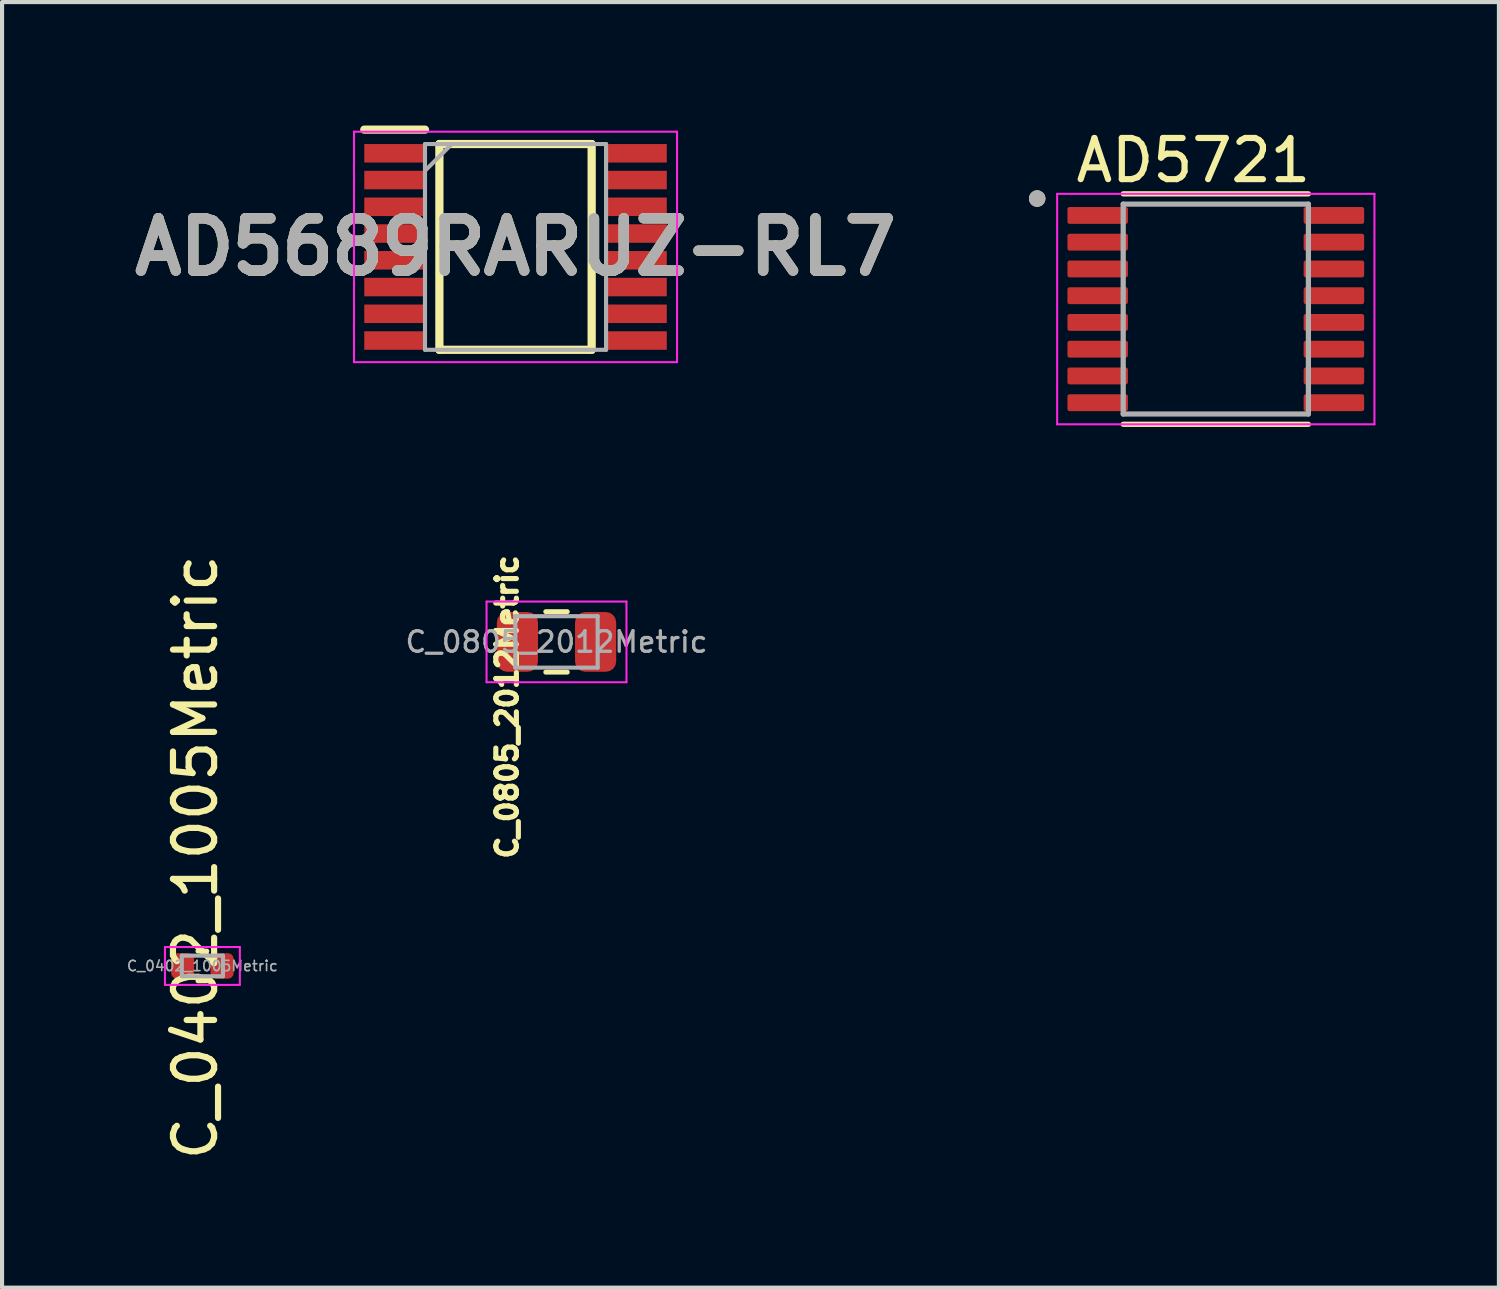
<source format=kicad_pcb>
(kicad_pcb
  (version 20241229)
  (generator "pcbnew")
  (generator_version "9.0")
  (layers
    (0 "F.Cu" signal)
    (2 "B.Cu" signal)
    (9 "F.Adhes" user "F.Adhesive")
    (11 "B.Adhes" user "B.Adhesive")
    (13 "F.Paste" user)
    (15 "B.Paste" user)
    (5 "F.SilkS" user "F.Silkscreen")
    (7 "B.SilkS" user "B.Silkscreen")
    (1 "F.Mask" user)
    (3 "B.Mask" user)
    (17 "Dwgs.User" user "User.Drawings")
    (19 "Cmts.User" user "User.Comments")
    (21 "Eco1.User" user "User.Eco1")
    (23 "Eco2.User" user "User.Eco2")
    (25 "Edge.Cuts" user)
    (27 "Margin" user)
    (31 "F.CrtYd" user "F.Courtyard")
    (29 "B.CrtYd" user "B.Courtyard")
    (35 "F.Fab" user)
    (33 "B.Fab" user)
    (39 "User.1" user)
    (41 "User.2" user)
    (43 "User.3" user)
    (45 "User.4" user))
  (footprint "AD5721"
    (layer "F.Cu")
    (at 26.493 4.46)
    (property "Reference" "AD5721" (at -0.545 -3.612 0) (layer "F.SilkS") (effects (font (size 1 1) (thickness 0.15))))
    (attr smd)
    (fp_line (start -2.25 -2.8) (end 2.25 -2.8) (stroke (width 0.127) (type solid)) (layer "F.SilkS"))
    (fp_line (start -2.25 2.8) (end 2.25 2.8) (stroke (width 0.127) (type solid)) (layer "F.SilkS"))
    (fp_circle (center -4.34 -2.685) (end -4.24 -2.685) (stroke (width 0.2) (type solid)) (fill no) (layer "F.SilkS"))
    (fp_line (start -3.855 -2.8) (end -3.855 2.8) (stroke (width 0.05) (type solid)) (layer "F.CrtYd"))
    (fp_line (start -3.855 -2.8) (end 3.855 -2.8) (stroke (width 0.05) (type solid)) (layer "F.CrtYd"))
    (fp_line (start -3.855 2.8) (end 3.855 2.8) (stroke (width 0.05) (type solid)) (layer "F.CrtYd"))
    (fp_line (start 3.855 -2.8) (end 3.855 2.8) (stroke (width 0.05) (type solid)) (layer "F.CrtYd"))
    (fp_line (start -2.25 -2.55) (end -2.25 2.55) (stroke (width 0.127) (type solid)) (layer "F.Fab"))
    (fp_line (start -2.25 -2.55) (end 2.25 -2.55) (stroke (width 0.127) (type solid)) (layer "F.Fab"))
    (fp_line (start -2.25 2.55) (end 2.25 2.55) (stroke (width 0.127) (type solid)) (layer "F.Fab"))
    (fp_line (start 2.25 -2.55) (end 2.25 2.55) (stroke (width 0.127) (type solid)) (layer "F.Fab"))
    (fp_circle (center -4.34 -2.685) (end -4.24 -2.685) (stroke (width 0.2) (type solid)) (fill no) (layer "F.Fab"))
    (pad "1" smd roundrect (at -2.87 -2.275) (size 1.47 0.41) (layers "F.Cu" "F.Mask" "F.Paste") (roundrect_rratio 0.125))
    (pad "2" smd roundrect (at -2.87 -1.625) (size 1.47 0.41) (layers "F.Cu" "F.Mask" "F.Paste") (roundrect_rratio 0.125))
    (pad "3" smd roundrect (at -2.87 -0.975) (size 1.47 0.41) (layers "F.Cu" "F.Mask" "F.Paste") (roundrect_rratio 0.125))
    (pad "4" smd roundrect (at -2.87 -0.325) (size 1.47 0.41) (layers "F.Cu" "F.Mask" "F.Paste") (roundrect_rratio 0.125))
    (pad "5" smd roundrect (at -2.87 0.325) (size 1.47 0.41) (layers "F.Cu" "F.Mask" "F.Paste") (roundrect_rratio 0.125))
    (pad "6" smd roundrect (at -2.87 0.975) (size 1.47 0.41) (layers "F.Cu" "F.Mask" "F.Paste") (roundrect_rratio 0.125))
    (pad "7" smd roundrect (at -2.87 1.625) (size 1.47 0.41) (layers "F.Cu" "F.Mask" "F.Paste") (roundrect_rratio 0.125))
    (pad "8" smd roundrect (at -2.87 2.275) (size 1.47 0.41) (layers "F.Cu" "F.Mask" "F.Paste") (roundrect_rratio 0.125))
    (pad "9" smd roundrect (at 2.87 2.275) (size 1.47 0.41) (layers "F.Cu" "F.Mask" "F.Paste") (roundrect_rratio 0.125))
    (pad "10" smd roundrect (at 2.87 1.625) (size 1.47 0.41) (layers "F.Cu" "F.Mask" "F.Paste") (roundrect_rratio 0.125))
    (pad "11" smd roundrect (at 2.87 0.975) (size 1.47 0.41) (layers "F.Cu" "F.Mask" "F.Paste") (roundrect_rratio 0.125))
    (pad "12" smd roundrect (at 2.87 0.325) (size 1.47 0.41) (layers "F.Cu" "F.Mask" "F.Paste") (roundrect_rratio 0.125))
    (pad "13" smd roundrect (at 2.87 -0.325) (size 1.47 0.41) (layers "F.Cu" "F.Mask" "F.Paste") (roundrect_rratio 0.125))
    (pad "14" smd roundrect (at 2.87 -0.975) (size 1.47 0.41) (layers "F.Cu" "F.Mask" "F.Paste") (roundrect_rratio 0.125))
    (pad "15" smd roundrect (at 2.87 -1.625) (size 1.47 0.41) (layers "F.Cu" "F.Mask" "F.Paste") (roundrect_rratio 0.125))
    (pad "16" smd roundrect (at 2.87 -2.275) (size 1.47 0.41) (layers "F.Cu" "F.Mask" "F.Paste") (roundrect_rratio 0.125)))
  (footprint "C_0805_2012Metric"
    (layer "F.Cu")
    (at 10.473 12.548)
    (property "Reference" "C_0805_2012Metric" (at -1.2 1.58 90) (layer "F.SilkS") (effects (font (size 0.5 0.5) (thickness 0.125))))
    (attr smd)
    (fp_line (start -0.261 -0.735) (end 0.261 -0.735) (stroke (width 0.12) (type solid)) (layer "F.SilkS"))
    (fp_line (start -0.261 0.735) (end 0.261 0.735) (stroke (width 0.12) (type solid)) (layer "F.SilkS"))
    (fp_line (start -1.7 -0.98) (end 1.7 -0.98) (stroke (width 0.05) (type solid)) (layer "F.CrtYd"))
    (fp_line (start -1.7 0.98) (end -1.7 -0.98) (stroke (width 0.05) (type solid)) (layer "F.CrtYd"))
    (fp_line (start 1.7 -0.98) (end 1.7 0.98) (stroke (width 0.05) (type solid)) (layer "F.CrtYd"))
    (fp_line (start 1.7 0.98) (end -1.7 0.98) (stroke (width 0.05) (type solid)) (layer "F.CrtYd"))
    (fp_line (start -1 -0.625) (end 1 -0.625) (stroke (width 0.1) (type solid)) (layer "F.Fab"))
    (fp_line (start -1 0.625) (end -1 -0.625) (stroke (width 0.1) (type solid)) (layer "F.Fab"))
    (fp_line (start 1 -0.625) (end 1 0.625) (stroke (width 0.1) (type solid)) (layer "F.Fab"))
    (fp_line (start 1 0.625) (end -1 0.625) (stroke (width 0.1) (type solid)) (layer "F.Fab"))
    (fp_text user "${REFERENCE}" (at 0 0 0) (layer "F.Fab") (effects (font (size 0.5 0.5) (thickness 0.08))))
    (pad "1" smd roundrect (at -0.95 0) (size 1 1.45) (layers "F.Cu" "F.Mask" "F.Paste") (roundrect_rratio 0.25))
    (pad "2" smd roundrect (at 0.95 0) (size 1 1.45) (layers "F.Cu" "F.Mask" "F.Paste") (roundrect_rratio 0.25)))
  (footprint "C_0402_1005Metric"
    (layer "F.Cu")
    (at 1.868 20.422)
    (property "Reference" "C_0402_1005Metric" (at -0.17 -2.64 90) (layer "F.SilkS") (effects (font (size 1 1) (thickness 0.15))))
    (attr smd)
    (fp_line (start -0.108 -0.36) (end 0.108 -0.36) (stroke (width 0.12) (type solid)) (layer "F.SilkS"))
    (fp_line (start -0.108 0.36) (end 0.108 0.36) (stroke (width 0.12) (type solid)) (layer "F.SilkS"))
    (fp_line (start -0.91 -0.46) (end 0.91 -0.46) (stroke (width 0.05) (type solid)) (layer "F.CrtYd"))
    (fp_line (start -0.91 0.46) (end -0.91 -0.46) (stroke (width 0.05) (type solid)) (layer "F.CrtYd"))
    (fp_line (start 0.91 -0.46) (end 0.91 0.46) (stroke (width 0.05) (type solid)) (layer "F.CrtYd"))
    (fp_line (start 0.91 0.46) (end -0.91 0.46) (stroke (width 0.05) (type solid)) (layer "F.CrtYd"))
    (fp_line (start -0.5 -0.25) (end 0.5 -0.25) (stroke (width 0.1) (type solid)) (layer "F.Fab"))
    (fp_line (start -0.5 0.25) (end -0.5 -0.25) (stroke (width 0.1) (type solid)) (layer "F.Fab"))
    (fp_line (start 0.5 -0.25) (end 0.5 0.25) (stroke (width 0.1) (type solid)) (layer "F.Fab"))
    (fp_line (start 0.5 0.25) (end -0.5 0.25) (stroke (width 0.1) (type solid)) (layer "F.Fab"))
    (fp_text user "${REFERENCE}" (at 0 0 0) (layer "F.Fab") (effects (font (size 0.25 0.25) (thickness 0.04))))
    (pad "1" smd roundrect (at -0.48 0) (size 0.56 0.62) (layers "F.Cu" "F.Mask" "F.Paste") (roundrect_rratio 0.25))
    (pad "2" smd roundrect (at 0.48 0) (size 0.56 0.62) (layers "F.Cu" "F.Mask" "F.Paste") (roundrect_rratio 0.25)))
  (footprint "AD5689RARUZ-RL7"
    (layer "F.Cu")
    (at 9.477 2.95)
    (property "Reference" "AD5689RARUZ-RL7" (at 0 0 0) (layer "F.SilkS") (effects (font (size 1.27 1.27) (thickness 0.254))))
    (attr smd)
    (fp_line (start -3.675 -2.85) (end -2.2 -2.85) (stroke (width 0.2) (type solid)) (layer "F.SilkS"))
    (fp_line (start -1.85 -2.5) (end 1.85 -2.5) (stroke (width 0.2) (type solid)) (layer "F.SilkS"))
    (fp_line (start -1.85 2.5) (end -1.85 -2.5) (stroke (width 0.2) (type solid)) (layer "F.SilkS"))
    (fp_line (start 1.85 -2.5) (end 1.85 2.5) (stroke (width 0.2) (type solid)) (layer "F.SilkS"))
    (fp_line (start 1.85 2.5) (end -1.85 2.5) (stroke (width 0.2) (type solid)) (layer "F.SilkS"))
    (fp_line (start -3.925 -2.8) (end 3.925 -2.8) (stroke (width 0.05) (type solid)) (layer "F.CrtYd"))
    (fp_line (start -3.925 2.8) (end -3.925 -2.8) (stroke (width 0.05) (type solid)) (layer "F.CrtYd"))
    (fp_line (start 3.925 -2.8) (end 3.925 2.8) (stroke (width 0.05) (type solid)) (layer "F.CrtYd"))
    (fp_line (start 3.925 2.8) (end -3.925 2.8) (stroke (width 0.05) (type solid)) (layer "F.CrtYd"))
    (fp_line (start -2.2 -2.5) (end 2.2 -2.5) (stroke (width 0.1) (type solid)) (layer "F.Fab"))
    (fp_line (start -2.2 -1.85) (end -1.55 -2.5) (stroke (width 0.1) (type solid)) (layer "F.Fab"))
    (fp_line (start -2.2 2.5) (end -2.2 -2.5) (stroke (width 0.1) (type solid)) (layer "F.Fab"))
    (fp_line (start 2.2 -2.5) (end 2.2 2.5) (stroke (width 0.1) (type solid)) (layer "F.Fab"))
    (fp_line (start 2.2 2.5) (end -2.2 2.5) (stroke (width 0.1) (type solid)) (layer "F.Fab"))
    (fp_text user "${REFERENCE}" (at 0 0 0) (layer "F.Fab") (effects (font (size 1.27 1.27) (thickness 0.254))))
    (pad "1" smd rect (at -2.938 -2.275 90) (size 0.45 1.475) (layers "F.Cu" "F.Mask" "F.Paste"))
    (pad "2" smd rect (at -2.938 -1.625 90) (size 0.45 1.475) (layers "F.Cu" "F.Mask" "F.Paste"))
    (pad "3" smd rect (at -2.938 -0.975 90) (size 0.45 1.475) (layers "F.Cu" "F.Mask" "F.Paste"))
    (pad "4" smd rect (at -2.938 -0.325 90) (size 0.45 1.475) (layers "F.Cu" "F.Mask" "F.Paste"))
    (pad "5" smd rect (at -2.938 0.325 90) (size 0.45 1.475) (layers "F.Cu" "F.Mask" "F.Paste"))
    (pad "6" smd rect (at -2.938 0.975 90) (size 0.45 1.475) (layers "F.Cu" "F.Mask" "F.Paste"))
    (pad "7" smd rect (at -2.938 1.625 90) (size 0.45 1.475) (layers "F.Cu" "F.Mask" "F.Paste"))
    (pad "8" smd rect (at -2.938 2.275 90) (size 0.45 1.475) (layers "F.Cu" "F.Mask" "F.Paste"))
    (pad "9" smd rect (at 2.938 2.275 90) (size 0.45 1.475) (layers "F.Cu" "F.Mask" "F.Paste"))
    (pad "10" smd rect (at 2.938 1.625 90) (size 0.45 1.475) (layers "F.Cu" "F.Mask" "F.Paste"))
    (pad "11" smd rect (at 2.938 0.975 90) (size 0.45 1.475) (layers "F.Cu" "F.Mask" "F.Paste"))
    (pad "12" smd rect (at 2.938 0.325 90) (size 0.45 1.475) (layers "F.Cu" "F.Mask" "F.Paste"))
    (pad "13" smd rect (at 2.938 -0.325 90) (size 0.45 1.475) (layers "F.Cu" "F.Mask" "F.Paste"))
    (pad "14" smd rect (at 2.938 -0.975 90) (size 0.45 1.475) (layers "F.Cu" "F.Mask" "F.Paste"))
    (pad "15" smd rect (at 2.938 -1.625 90) (size 0.45 1.475) (layers "F.Cu" "F.Mask" "F.Paste"))
    (pad "16" smd rect (at 2.938 -2.275 90) (size 0.45 1.475) (layers "F.Cu" "F.Mask" "F.Paste")))
  (gr_rect
    (start -3 -3)
    (end 33.373 28.24)
    (stroke (width 0.1) (type default))
    (fill no)
    (layer "Edge.Cuts")))
</source>
